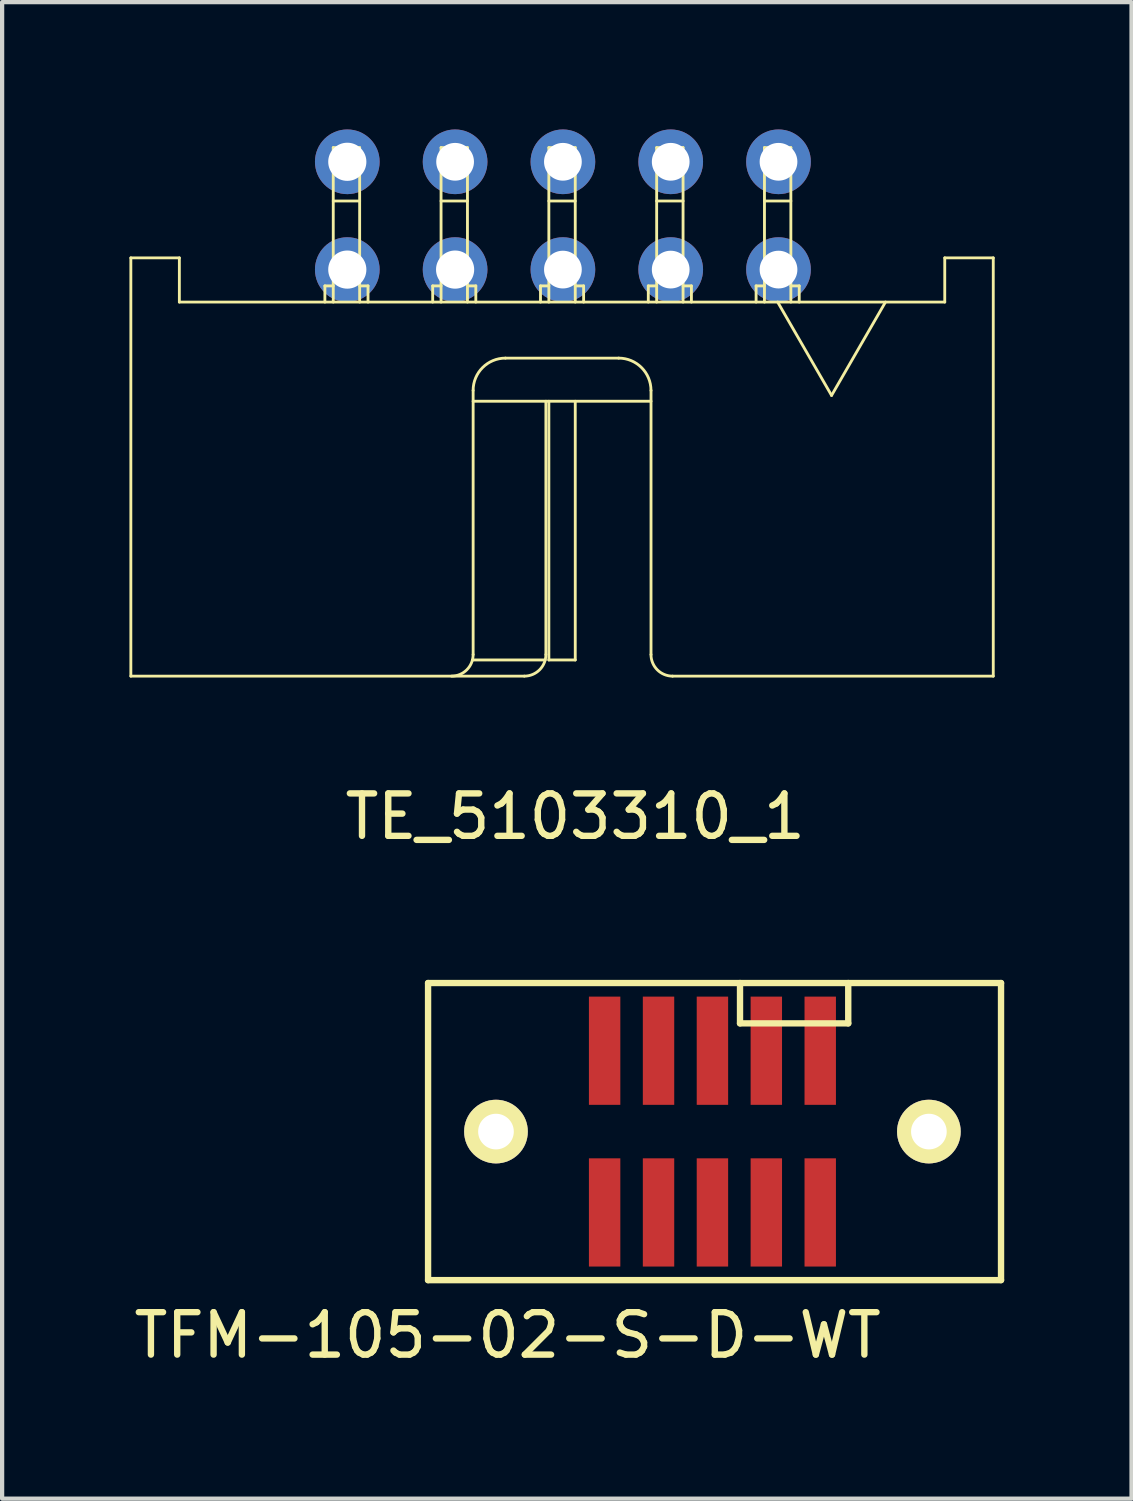
<source format=kicad_pcb>
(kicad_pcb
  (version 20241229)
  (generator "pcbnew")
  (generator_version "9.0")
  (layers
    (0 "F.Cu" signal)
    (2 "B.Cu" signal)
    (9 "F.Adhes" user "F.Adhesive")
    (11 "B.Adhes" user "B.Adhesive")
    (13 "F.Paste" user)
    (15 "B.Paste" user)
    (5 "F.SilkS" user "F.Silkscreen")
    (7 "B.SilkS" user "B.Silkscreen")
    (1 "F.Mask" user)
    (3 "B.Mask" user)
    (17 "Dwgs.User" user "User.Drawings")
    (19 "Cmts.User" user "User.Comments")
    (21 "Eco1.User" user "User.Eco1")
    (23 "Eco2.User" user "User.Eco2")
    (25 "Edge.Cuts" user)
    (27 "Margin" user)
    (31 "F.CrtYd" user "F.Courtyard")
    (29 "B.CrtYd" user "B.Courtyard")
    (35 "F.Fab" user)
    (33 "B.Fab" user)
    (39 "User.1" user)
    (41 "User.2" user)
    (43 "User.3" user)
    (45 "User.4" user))
  (footprint "TFM-105-02-S-D-WT"
    (layer "F.Cu")
    (at 13.736 23.612)
    (property "Reference" "TFM-105-02-S-D-WT" (at -4.825 4.8 0) (layer "F.SilkS") (effects (font (size 1 1) (thickness 0.15))))
    (attr through_hole)
    (fp_line (start -6.7 -3.5) (end -6.7 3.5) (stroke (width 0.15) (type solid)) (layer "F.SilkS"))
    (fp_line (start -6.7 3.5) (end 6.8 3.5) (stroke (width 0.15) (type solid)) (layer "F.SilkS"))
    (fp_line (start 0.65 -3.5) (end 0.65 -2.55) (stroke (width 0.15) (type solid)) (layer "F.SilkS"))
    (fp_line (start 0.65 -2.55) (end 3.2 -2.55) (stroke (width 0.15) (type solid)) (layer "F.SilkS"))
    (fp_line (start 3.2 -2.55) (end 3.2 -3.5) (stroke (width 0.15) (type solid)) (layer "F.SilkS"))
    (fp_line (start 6.8 -3.5) (end -6.7 -3.5) (stroke (width 0.15) (type solid)) (layer "F.SilkS"))
    (fp_line (start 6.8 3.5) (end 6.8 -3.5) (stroke (width 0.15) (type solid)) (layer "F.SilkS"))
    (pad "1" smd rect (at -2.54 1.905) (size 0.74 2.55) (layers "F.Cu" "F.Mask" "F.Paste"))
    (pad "2" smd rect (at -2.54 -1.905) (size 0.74 2.55) (layers "F.Cu" "F.Mask" "F.Paste"))
    (pad "3" smd rect (at -1.27 1.905) (size 0.74 2.55) (layers "F.Cu" "F.Mask" "F.Paste"))
    (pad "4" smd rect (at -1.27 -1.905) (size 0.74 2.55) (layers "F.Cu" "F.Mask" "F.Paste"))
    (pad "5" smd rect (at 0 1.905) (size 0.74 2.55) (layers "F.Cu" "F.Mask" "F.Paste"))
    (pad "6" smd rect (at 0 -1.905) (size 0.74 2.55) (layers "F.Cu" "F.Mask" "F.Paste"))
    (pad "7" smd rect (at 1.27 1.905) (size 0.74 2.55) (layers "F.Cu" "F.Mask" "F.Paste"))
    (pad "8" smd rect (at 1.27 -1.905) (size 0.74 2.55) (layers "F.Cu" "F.Mask" "F.Paste"))
    (pad "9" smd rect (at 2.54 1.905) (size 0.74 2.55) (layers "F.Cu" "F.Mask" "F.Paste"))
    (pad "10" smd rect (at 2.54 -1.905) (size 0.74 2.55) (layers "F.Cu" "F.Mask" "F.Paste"))
    (pad "11" thru_hole circle (at -5.1 0) (size 1.5 1.5) (drill 0.84) (layers "*.Cu" "*.Mask" "F.SilkS"))
    (pad "12" thru_hole circle (at 5.1 0) (size 1.5 1.5) (drill 0.84) (layers "*.Cu" "*.Mask" "F.SilkS")))
  (footprint "TE_5103310_1"
    (layer "F.Cu")
    (at 10.213 2.032)
    (property "Reference" "TE_5103310_1" (at 0.29 14.157 0) (layer "F.SilkS") (effects (font (size 1 1) (thickness 0.15))))
    (attr through_hole)
    (fp_line (start -10.18 0.994) (end -9.037 0.994) (stroke (width 0.067) (type solid)) (layer "F.SilkS"))
    (fp_line (start -10.18 10.849) (end -10.18 0.994) (stroke (width 0.067) (type solid)) (layer "F.SilkS"))
    (fp_line (start -10.18 10.849) (end -0.909 10.849) (stroke (width 0.067) (type solid)) (layer "F.SilkS"))
    (fp_line (start -9.037 2.035) (end -9.037 0.994) (stroke (width 0.067) (type solid)) (layer "F.SilkS"))
    (fp_line (start -9.037 2.035) (end 8.997 2.035) (stroke (width 0.067) (type solid)) (layer "F.SilkS"))
    (fp_line (start -5.608 1.654) (end -5.411 1.654) (stroke (width 0.067) (type solid)) (layer "F.SilkS"))
    (fp_line (start -5.608 1.654) (end -5.608 2.035) (stroke (width 0.067) (type solid)) (layer "F.SilkS"))
    (fp_line (start -5.411 -1.604) (end -5.411 2.035) (stroke (width 0.067) (type solid)) (layer "F.SilkS"))
    (fp_line (start -5.411 -1.604) (end -4.789 -1.604) (stroke (width 0.067) (type solid)) (layer "F.SilkS"))
    (fp_line (start -5.411 -0.346) (end -4.789 -0.346) (stroke (width 0.067) (type solid)) (layer "F.SilkS"))
    (fp_line (start -4.789 -1.604) (end -4.789 2.035) (stroke (width 0.067) (type solid)) (layer "F.SilkS"))
    (fp_line (start -4.789 1.654) (end -4.592 1.654) (stroke (width 0.067) (type solid)) (layer "F.SilkS"))
    (fp_line (start -4.592 2.035) (end -4.592 1.654) (stroke (width 0.067) (type solid)) (layer "F.SilkS"))
    (fp_line (start -3.068 1.654) (end -2.871 1.654) (stroke (width 0.067) (type solid)) (layer "F.SilkS"))
    (fp_line (start -3.068 1.654) (end -3.068 2.035) (stroke (width 0.067) (type solid)) (layer "F.SilkS"))
    (fp_line (start -2.871 -1.604) (end -2.871 2.035) (stroke (width 0.067) (type solid)) (layer "F.SilkS"))
    (fp_line (start -2.871 -1.604) (end -2.249 -1.604) (stroke (width 0.067) (type solid)) (layer "F.SilkS"))
    (fp_line (start -2.871 -0.346) (end -2.249 -0.346) (stroke (width 0.067) (type solid)) (layer "F.SilkS"))
    (fp_line (start -2.249 -1.604) (end -2.249 2.035) (stroke (width 0.067) (type solid)) (layer "F.SilkS"))
    (fp_line (start -2.249 1.654) (end -2.052 1.654) (stroke (width 0.067) (type solid)) (layer "F.SilkS"))
    (fp_line (start -2.115 4.118) (end -2.115 10.341) (stroke (width 0.067) (type solid)) (layer "F.SilkS"))
    (fp_line (start -2.052 2.035) (end -2.052 1.654) (stroke (width 0.067) (type solid)) (layer "F.SilkS"))
    (fp_line (start -0.528 1.654) (end -0.331 1.654) (stroke (width 0.067) (type solid)) (layer "F.SilkS"))
    (fp_line (start -0.528 1.654) (end -0.528 2.035) (stroke (width 0.067) (type solid)) (layer "F.SilkS"))
    (fp_line (start -0.417 10.468) (end -2.132 10.468) (stroke (width 0.067) (type solid)) (layer "F.SilkS"))
    (fp_line (start -0.401 4.372) (end -0.401 10.341) (stroke (width 0.067) (type solid)) (layer "F.SilkS"))
    (fp_line (start -0.331 -1.604) (end -0.331 2.035) (stroke (width 0.067) (type solid)) (layer "F.SilkS"))
    (fp_line (start -0.331 -1.604) (end 0.291 -1.604) (stroke (width 0.067) (type solid)) (layer "F.SilkS"))
    (fp_line (start -0.331 -0.346) (end 0.291 -0.346) (stroke (width 0.067) (type solid)) (layer "F.SilkS"))
    (fp_line (start -0.331 4.372) (end -0.331 10.468) (stroke (width 0.067) (type solid)) (layer "F.SilkS"))
    (fp_line (start -0.331 10.468) (end 0.291 10.468) (stroke (width 0.067) (type solid)) (layer "F.SilkS"))
    (fp_line (start 0.291 -1.604) (end 0.291 2.035) (stroke (width 0.067) (type solid)) (layer "F.SilkS"))
    (fp_line (start 0.291 1.654) (end 0.488 1.654) (stroke (width 0.067) (type solid)) (layer "F.SilkS"))
    (fp_line (start 0.291 4.372) (end 0.291 10.468) (stroke (width 0.067) (type solid)) (layer "F.SilkS"))
    (fp_line (start 0.488 2.035) (end 0.488 1.654) (stroke (width 0.067) (type solid)) (layer "F.SilkS"))
    (fp_line (start 1.314 3.356) (end -1.353 3.356) (stroke (width 0.067) (type solid)) (layer "F.SilkS"))
    (fp_line (start 2.012 1.654) (end 2.209 1.654) (stroke (width 0.067) (type solid)) (layer "F.SilkS"))
    (fp_line (start 2.012 1.654) (end 2.012 2.035) (stroke (width 0.067) (type solid)) (layer "F.SilkS"))
    (fp_line (start 2.076 4.372) (end -2.115 4.372) (stroke (width 0.067) (type solid)) (layer "F.SilkS"))
    (fp_line (start 2.076 10.341) (end 2.076 4.118) (stroke (width 0.067) (type solid)) (layer "F.SilkS"))
    (fp_line (start 2.209 -1.604) (end 2.209 2.035) (stroke (width 0.067) (type solid)) (layer "F.SilkS"))
    (fp_line (start 2.209 -1.604) (end 2.831 -1.604) (stroke (width 0.067) (type solid)) (layer "F.SilkS"))
    (fp_line (start 2.209 -0.346) (end 2.831 -0.346) (stroke (width 0.067) (type solid)) (layer "F.SilkS"))
    (fp_line (start 2.584 10.849) (end 10.14 10.849) (stroke (width 0.067) (type solid)) (layer "F.SilkS"))
    (fp_line (start 2.831 -1.604) (end 2.831 2.035) (stroke (width 0.067) (type solid)) (layer "F.SilkS"))
    (fp_line (start 2.831 1.654) (end 3.028 1.654) (stroke (width 0.067) (type solid)) (layer "F.SilkS"))
    (fp_line (start 3.028 2.035) (end 3.028 1.654) (stroke (width 0.067) (type solid)) (layer "F.SilkS"))
    (fp_line (start 4.552 1.654) (end 4.749 1.654) (stroke (width 0.067) (type solid)) (layer "F.SilkS"))
    (fp_line (start 4.552 1.654) (end 4.552 2.035) (stroke (width 0.067) (type solid)) (layer "F.SilkS"))
    (fp_line (start 4.749 -1.604) (end 4.749 2.035) (stroke (width 0.067) (type solid)) (layer "F.SilkS"))
    (fp_line (start 4.749 -1.604) (end 5.371 -1.604) (stroke (width 0.067) (type solid)) (layer "F.SilkS"))
    (fp_line (start 4.749 -0.346) (end 5.371 -0.346) (stroke (width 0.067) (type solid)) (layer "F.SilkS"))
    (fp_line (start 5.06 2.035) (end 6.33 4.235) (stroke (width 0.067) (type solid)) (layer "F.SilkS"))
    (fp_line (start 5.371 -1.604) (end 5.371 2.035) (stroke (width 0.067) (type solid)) (layer "F.SilkS"))
    (fp_line (start 5.371 1.654) (end 5.568 1.654) (stroke (width 0.067) (type solid)) (layer "F.SilkS"))
    (fp_line (start 5.568 2.035) (end 5.568 1.654) (stroke (width 0.067) (type solid)) (layer "F.SilkS"))
    (fp_line (start 6.33 4.235) (end 7.6 2.035) (stroke (width 0.067) (type solid)) (layer "F.SilkS"))
    (fp_line (start 8.997 0.994) (end 10.14 0.994) (stroke (width 0.067) (type solid)) (layer "F.SilkS"))
    (fp_line (start 8.997 2.035) (end 8.997 0.994) (stroke (width 0.067) (type solid)) (layer "F.SilkS"))
    (fp_line (start 10.14 10.849) (end 10.14 0.994) (stroke (width 0.067) (type solid)) (layer "F.SilkS"))
    (fp_arc (start -2.115471 4.117793) (mid -1.892286 3.578978) (end -1.353471 3.355793) (stroke (width 0.066666) (type solid)) (layer "F.SilkS"))
    (fp_arc (start -2.115471 10.340793) (mid -2.264261 10.700003) (end -2.623471 10.848793) (stroke (width 0.066666) (type solid)) (layer "F.SilkS"))
    (fp_arc (start -0.400971 10.340793) (mid -0.549761 10.700003) (end -0.908971 10.848793) (stroke (width 0.066666) (type solid)) (layer "F.SilkS"))
    (fp_arc (start 1.313529 3.355793) (mid 1.852344 3.578978) (end 2.075529 4.117793) (stroke (width 0.066666) (type solid)) (layer "F.SilkS"))
    (fp_arc (start 2.583529 10.848793) (mid 2.224319 10.700003) (end 2.075529 10.340793) (stroke (width 0.066666) (type solid)) (layer "F.SilkS"))
    (pad "1" thru_hole circle (at 5.08 -1.27) (size 1.524 1.524) (drill 0.889) (layers "*.Cu" "*.Mask"))
    (pad "2" thru_hole circle (at 5.08 1.27) (size 1.524 1.524) (drill 0.889) (layers "*.Cu" "*.Mask"))
    (pad "3" thru_hole circle (at 2.54 -1.27) (size 1.524 1.524) (drill 0.889) (layers "*.Cu" "*.Mask"))
    (pad "4" thru_hole circle (at 2.54 1.27) (size 1.524 1.524) (drill 0.889) (layers "*.Cu" "*.Mask"))
    (pad "5" thru_hole circle (at 0 -1.27) (size 1.524 1.524) (drill 0.889) (layers "*.Cu" "*.Mask"))
    (pad "6" thru_hole circle (at 0 1.27) (size 1.524 1.524) (drill 0.889) (layers "*.Cu" "*.Mask"))
    (pad "7" thru_hole circle (at -2.54 -1.27) (size 1.524 1.524) (drill 0.889) (layers "*.Cu" "*.Mask"))
    (pad "8" thru_hole circle (at -2.54 1.27) (size 1.524 1.524) (drill 0.899) (layers "*.Cu" "*.Mask"))
    (pad "9" thru_hole circle (at -5.08 -1.27) (size 1.524 1.524) (drill 0.899) (layers "*.Cu" "*.Mask"))
    (pad "10" thru_hole circle (at -5.08 1.27) (size 1.524 1.524) (drill 0.899) (layers "*.Cu" "*.Mask")))
  (gr_rect
    (start -3 -3)
    (end 23.611 32.261)
    (stroke (width 0.1) (type default))
    (fill no)
    (layer "Edge.Cuts")))
</source>
